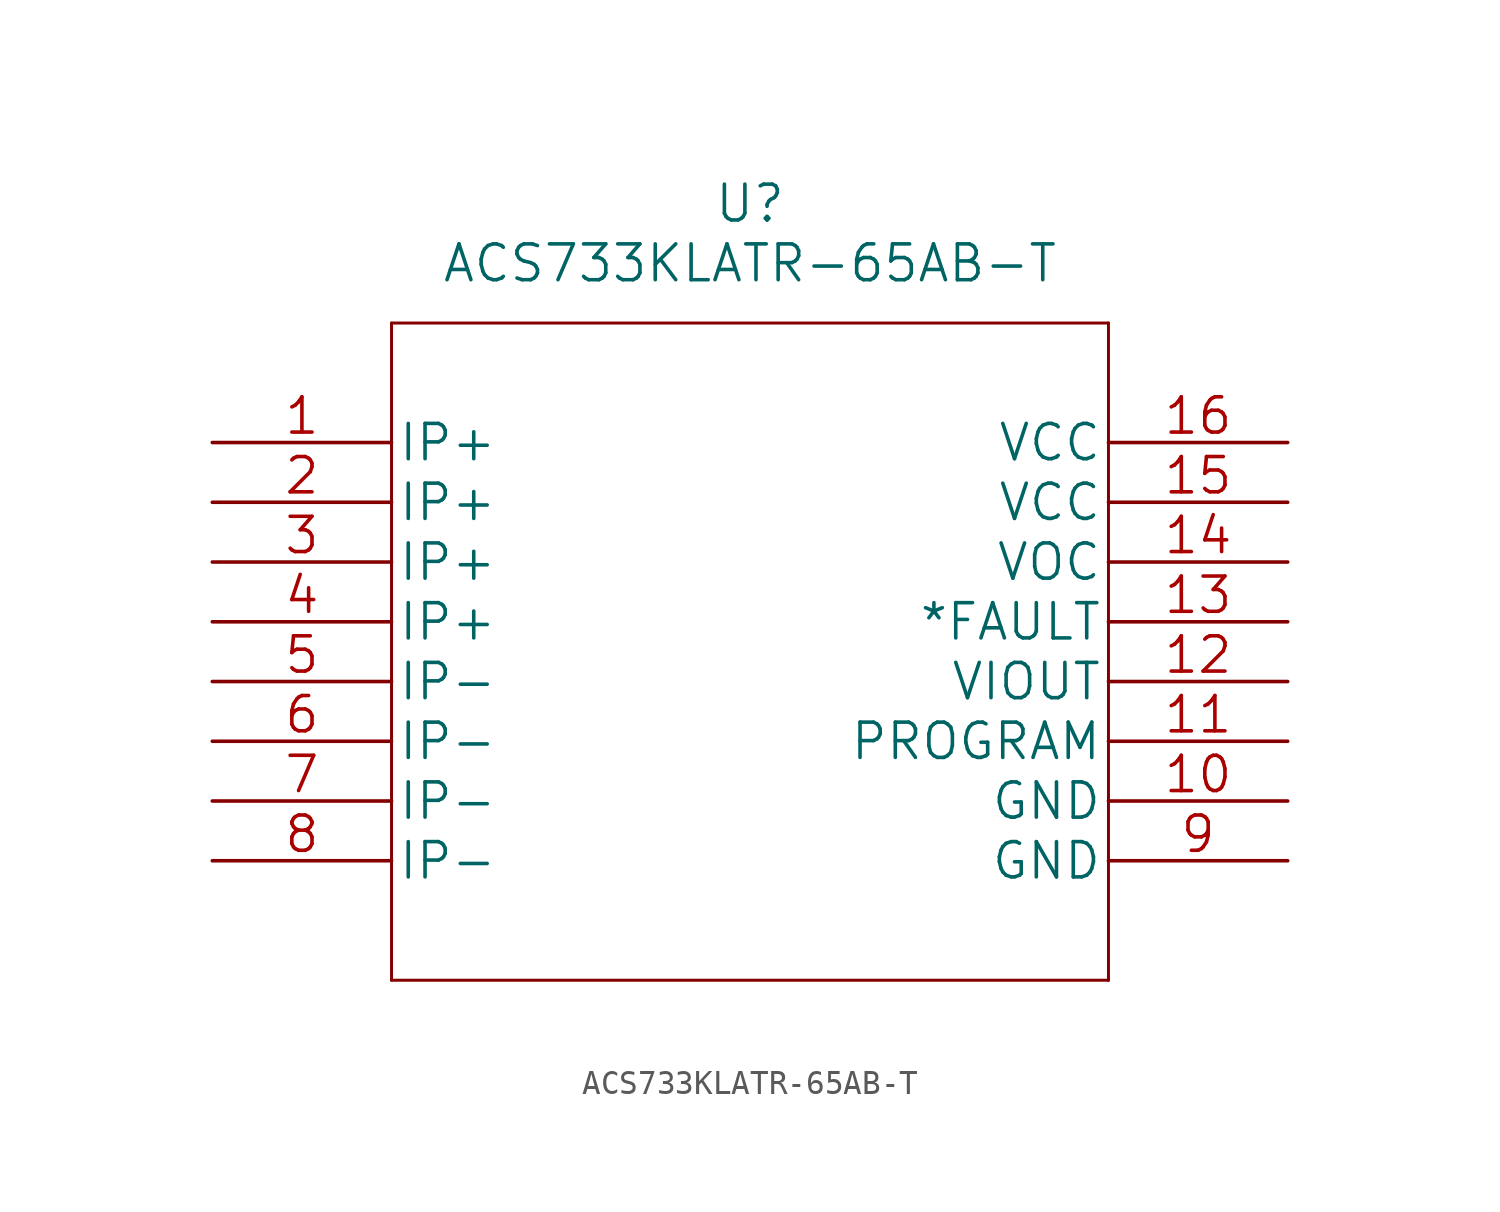
<source format=kicad_sym>
(kicad_symbol_lib
  (version 20211014)
  (generator kicad_symbol_editor)
  (symbol "ACS733KLATR-65AB-T"
    (pin_names
      (offset 0.254))
    (property "Reference" "U"
      (at 22.86 10.16 0)
      (effects (font (size 1.524 1.524))))
    (property "Value" "ACS733KLATR-65AB-T"
      (at 22.86 7.62 0)
      (effects (font (size 1.524 1.524))))
    (property "Datasheet" ""
      (at 0 0 0)
      (effects (font (size 1.524 1.524))))
    (symbol "ACS733KLATR-65AB-T_1_1"
      (polyline (pts (xy 7.62 -22.86) (xy 38.1 -22.86)) (stroke (width 0.127) (type default) (color 0 0 0 0)) (fill (type none)))
      (polyline (pts (xy 7.62 5.08) (xy 7.62 -22.86)) (stroke (width 0.127) (type default) (color 0 0 0 0)) (fill (type none)))
      (polyline (pts (xy 38.1 -22.86) (xy 38.1 5.08)) (stroke (width 0.127) (type default) (color 0 0 0 0)) (fill (type none)))
      (polyline (pts (xy 38.1 5.08) (xy 7.62 5.08)) (stroke (width 0.127) (type default) (color 0 0 0 0)) (fill (type none)))
      (pin unspecified line (at 0 0 0) (length 7.62) (name "IP+" (effects (font (size 1.499 1.499)))) (number "1" (effects (font (size 1.499 1.499)))))
      (pin power_in line (at 45.72 -15.24 180) (length 7.62) (name "GND" (effects (font (size 1.499 1.499)))) (number "10" (effects (font (size 1.499 1.499)))))
      (pin input line (at 45.72 -12.7 180) (length 7.62) (name "PROGRAM" (effects (font (size 1.499 1.499)))) (number "11" (effects (font (size 1.499 1.499)))))
      (pin output line (at 45.72 -10.16 180) (length 7.62) (name "VIOUT" (effects (font (size 1.499 1.499)))) (number "12" (effects (font (size 1.499 1.499)))))
      (pin output line (at 45.72 -7.62 180) (length 7.62) (name "*FAULT" (effects (font (size 1.499 1.499)))) (number "13" (effects (font (size 1.499 1.499)))))
      (pin unspecified line (at 45.72 -5.08 180) (length 7.62) (name "VOC" (effects (font (size 1.499 1.499)))) (number "14" (effects (font (size 1.499 1.499)))))
      (pin power_in line (at 45.72 -2.54 180) (length 7.62) (name "VCC" (effects (font (size 1.499 1.499)))) (number "15" (effects (font (size 1.499 1.499)))))
      (pin power_in line (at 45.72 0 180) (length 7.62) (name "VCC" (effects (font (size 1.499 1.499)))) (number "16" (effects (font (size 1.499 1.499)))))
      (pin unspecified line (at 0 -2.54 0) (length 7.62) (name "IP+" (effects (font (size 1.499 1.499)))) (number "2" (effects (font (size 1.499 1.499)))))
      (pin unspecified line (at 0 -5.08 0) (length 7.62) (name "IP+" (effects (font (size 1.499 1.499)))) (number "3" (effects (font (size 1.499 1.499)))))
      (pin unspecified line (at 0 -7.62 0) (length 7.62) (name "IP+" (effects (font (size 1.499 1.499)))) (number "4" (effects (font (size 1.499 1.499)))))
      (pin unspecified line (at 0 -10.16 0) (length 7.62) (name "IP-" (effects (font (size 1.499 1.499)))) (number "5" (effects (font (size 1.499 1.499)))))
      (pin unspecified line (at 0 -12.7 0) (length 7.62) (name "IP-" (effects (font (size 1.499 1.499)))) (number "6" (effects (font (size 1.499 1.499)))))
      (pin unspecified line (at 0 -15.24 0) (length 7.62) (name "IP-" (effects (font (size 1.499 1.499)))) (number "7" (effects (font (size 1.499 1.499)))))
      (pin unspecified line (at 0 -17.78 0) (length 7.62) (name "IP-" (effects (font (size 1.499 1.499)))) (number "8" (effects (font (size 1.499 1.499)))))
      (pin power_in line (at 45.72 -17.78 180) (length 7.62) (name "GND" (effects (font (size 1.499 1.499)))) (number "9" (effects (font (size 1.499 1.499))))))))
</source>
